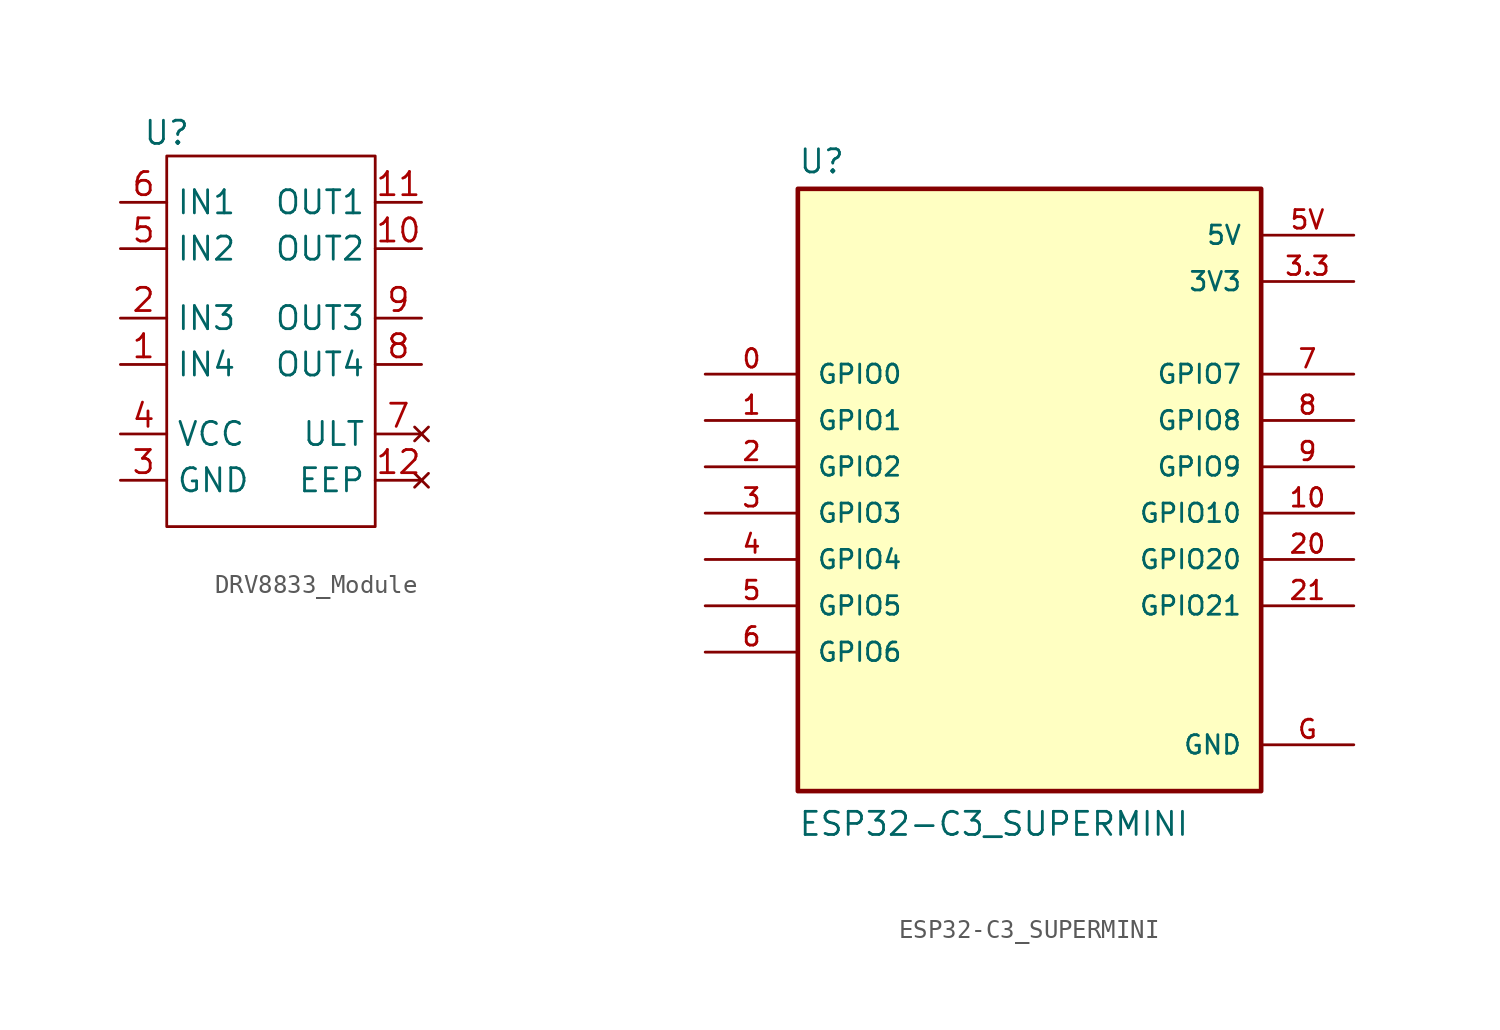
<source format=kicad_sym>
(kicad_symbol_lib
  (version 20231120)
  (generator "kicad_symbol_editor")
  (generator_version "8.0")
  (symbol "DRV8833_Module"
    (property "Reference" "U"
      (at -19.05 0 0)
      (effects (font (size 1.27 1.27))))
    (property "Value" ""
      (at 0 0 0)
      (effects (font (size 1.27 1.27))))
    (symbol "DRV8833_Module_0_1"
      (rectangle (start -19.05 -1.27) (end -7.62 -21.59) (stroke (width 0) (type default)) (fill (type none))))
    (symbol "DRV8833_Module_1_1"
      (pin input line (at -21.59 -12.7 0) (length 2.54) (name "IN4" (effects (font (size 1.27 1.27)))) (number "1" (effects (font (size 1.27 1.27)))))
      (pin output line (at -5.08 -6.35 180) (length 2.54) (name "OUT2" (effects (font (size 1.27 1.27)))) (number "10" (effects (font (size 1.27 1.27)))))
      (pin output line (at -5.08 -3.81 180) (length 2.54) (name "OUT1" (effects (font (size 1.27 1.27)))) (number "11" (effects (font (size 1.27 1.27)))))
      (pin no_connect line (at -5.08 -19.05 180) (length 2.54) (name "EEP" (effects (font (size 1.27 1.27)))) (number "12" (effects (font (size 1.27 1.27)))))
      (pin input line (at -21.59 -10.16 0) (length 2.54) (name "IN3" (effects (font (size 1.27 1.27)))) (number "2" (effects (font (size 1.27 1.27)))))
      (pin power_in line (at -21.59 -19.05 0) (length 2.54) (name "GND" (effects (font (size 1.27 1.27)))) (number "3" (effects (font (size 1.27 1.27)))))
      (pin power_in line (at -21.59 -16.51 0) (length 2.54) (name "VCC" (effects (font (size 1.27 1.27)))) (number "4" (effects (font (size 1.27 1.27)))))
      (pin input line (at -21.59 -6.35 0) (length 2.54) (name "IN2" (effects (font (size 1.27 1.27)))) (number "5" (effects (font (size 1.27 1.27)))))
      (pin input line (at -21.59 -3.81 0) (length 2.54) (name "IN1" (effects (font (size 1.27 1.27)))) (number "6" (effects (font (size 1.27 1.27)))))
      (pin no_connect line (at -5.08 -16.51 180) (length 2.54) (name "ULT" (effects (font (size 1.27 1.27)))) (number "7" (effects (font (size 1.27 1.27)))))
      (pin output line (at -5.08 -12.7 180) (length 2.54) (name "OUT4" (effects (font (size 1.27 1.27)))) (number "8" (effects (font (size 1.27 1.27)))))
      (pin output line (at -5.08 -10.16 180) (length 2.54) (name "OUT3" (effects (font (size 1.27 1.27)))) (number "9" (effects (font (size 1.27 1.27)))))))
  (symbol "ESP32-C3_SUPERMINI"
    (pin_names
      (offset 1.016))
    (property "Reference" "U"
      (at -12.7 16.002 0)
      (effects (font (size 1.27 1.27)) (justify left bottom)))
    (property "Value" "ESP32-C3_SUPERMINI"
      (at -12.7 -20.32 0)
      (effects (font (size 1.27 1.27)) (justify left bottom)))
    (symbol "ESP32-C3_SUPERMINI_0_0"
      (rectangle (start -12.7 15.24) (end 12.7 -17.78) (stroke (width 0.254) (type default)) (fill (type background)))
      (pin bidirectional line (at -17.78 5.08 0) (length 5.08) (name "GPIO0" (effects (font (size 1.016 1.016)))) (number "0" (effects (font (size 1.016 1.016)))))
      (pin bidirectional line (at -17.78 2.54 0) (length 5.08) (name "GPIO1" (effects (font (size 1.016 1.016)))) (number "1" (effects (font (size 1.016 1.016)))))
      (pin bidirectional line (at 17.78 -2.54 180) (length 5.08) (name "GPIO10" (effects (font (size 1.016 1.016)))) (number "10" (effects (font (size 1.016 1.016)))))
      (pin bidirectional line (at -17.78 0 0) (length 5.08) (name "GPIO2" (effects (font (size 1.016 1.016)))) (number "2" (effects (font (size 1.016 1.016)))))
      (pin bidirectional line (at 17.78 -5.08 180) (length 5.08) (name "GPIO20" (effects (font (size 1.016 1.016)))) (number "20" (effects (font (size 1.016 1.016)))))
      (pin bidirectional line (at 17.78 -7.62 180) (length 5.08) (name "GPIO21" (effects (font (size 1.016 1.016)))) (number "21" (effects (font (size 1.016 1.016)))))
      (pin bidirectional line (at -17.78 -2.54 0) (length 5.08) (name "GPIO3" (effects (font (size 1.016 1.016)))) (number "3" (effects (font (size 1.016 1.016)))))
      (pin power_in line (at 17.78 10.16 180) (length 5.08) (name "3V3" (effects (font (size 1.016 1.016)))) (number "3.3" (effects (font (size 1.016 1.016)))))
      (pin bidirectional line (at -17.78 -5.08 0) (length 5.08) (name "GPIO4" (effects (font (size 1.016 1.016)))) (number "4" (effects (font (size 1.016 1.016)))))
      (pin bidirectional line (at -17.78 -7.62 0) (length 5.08) (name "GPIO5" (effects (font (size 1.016 1.016)))) (number "5" (effects (font (size 1.016 1.016)))))
      (pin power_in line (at 17.78 12.7 180) (length 5.08) (name "5V" (effects (font (size 1.016 1.016)))) (number "5V" (effects (font (size 1.016 1.016)))))
      (pin bidirectional line (at -17.78 -10.16 0) (length 5.08) (name "GPIO6" (effects (font (size 1.016 1.016)))) (number "6" (effects (font (size 1.016 1.016)))))
      (pin bidirectional line (at 17.78 5.08 180) (length 5.08) (name "GPIO7" (effects (font (size 1.016 1.016)))) (number "7" (effects (font (size 1.016 1.016)))))
      (pin bidirectional line (at 17.78 2.54 180) (length 5.08) (name "GPIO8" (effects (font (size 1.016 1.016)))) (number "8" (effects (font (size 1.016 1.016)))))
      (pin bidirectional line (at 17.78 0 180) (length 5.08) (name "GPIO9" (effects (font (size 1.016 1.016)))) (number "9" (effects (font (size 1.016 1.016)))))
      (pin power_in line (at 17.78 -15.24 180) (length 5.08) (name "GND" (effects (font (size 1.016 1.016)))) (number "G" (effects (font (size 1.016 1.016))))))))
</source>
